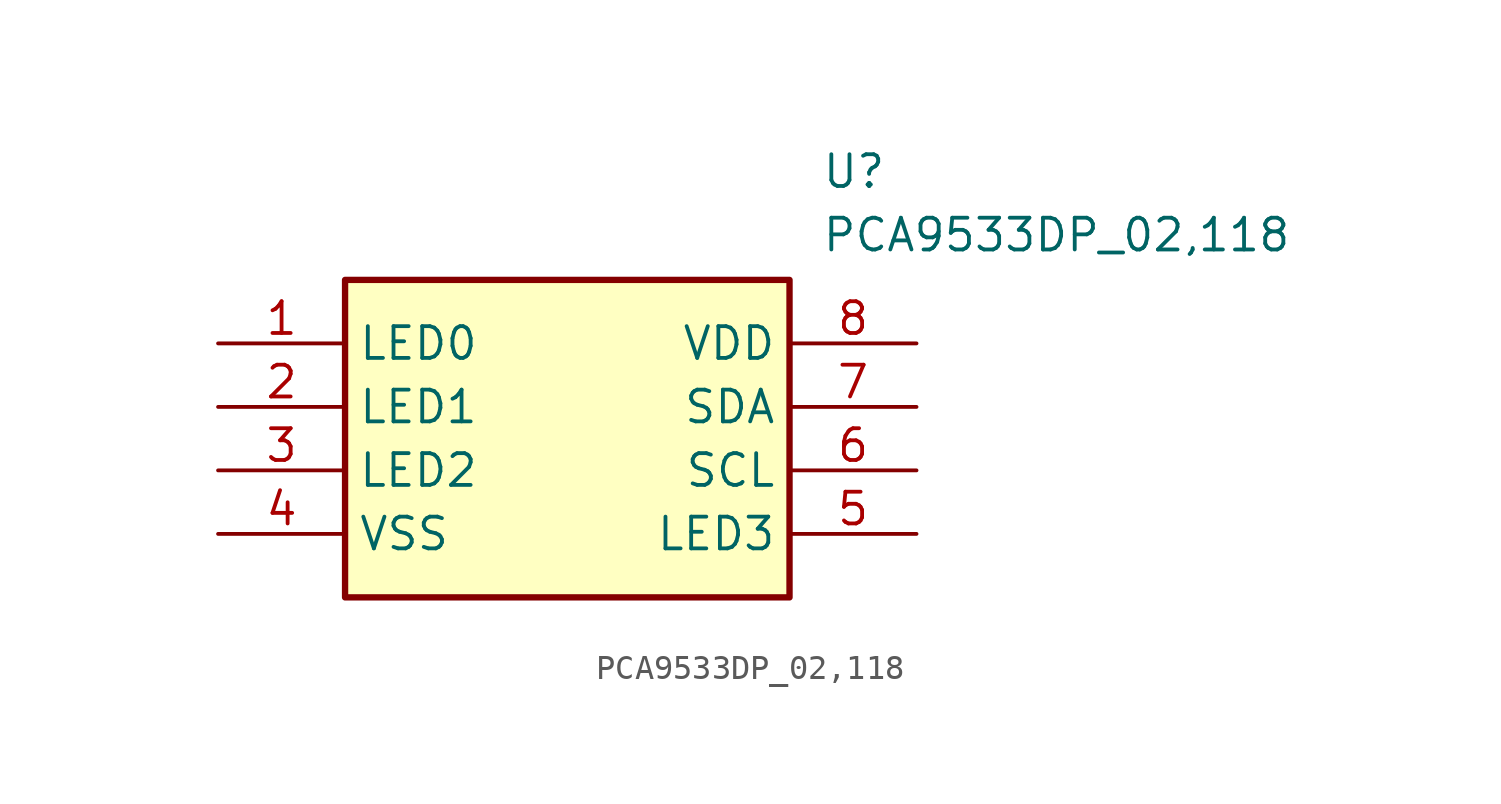
<source format=kicad_sym>
(kicad_symbol_lib
  (version 20220914)
  (generator SamacSys_ECAD_Model)
  (symbol "PCA9533DP_02,118"
    (property "Reference" "U"
      (at 24.13 7.62 0)
      (effects (font (size 1.27 1.27)) (justify left top)))
    (property "Value" "PCA9533DP_02,118"
      (at 24.13 5.08 0)
      (effects (font (size 1.27 1.27)) (justify left top)))
    (rectangle
      (start 5.08 2.54)
      (end 22.86 -10.16)
      (stroke (width 0.254) (type default))
      (fill (type background)))
    (pin output line
      (at 0 0 0)
      (length 5.08)
      (name "LED0" (effects (font (size 1.27 1.27))))
      (number "1" (effects (font (size 1.27 1.27)))))
    (pin output line
      (at 0 -2.54 0)
      (length 5.08)
      (name "LED1" (effects (font (size 1.27 1.27))))
      (number "2" (effects (font (size 1.27 1.27)))))
    (pin output line
      (at 0 -5.08 0)
      (length 5.08)
      (name "LED2" (effects (font (size 1.27 1.27))))
      (number "3" (effects (font (size 1.27 1.27)))))
    (pin power_in line
      (at 0 -7.62 0)
      (length 5.08)
      (name "VSS" (effects (font (size 1.27 1.27))))
      (number "4" (effects (font (size 1.27 1.27)))))
    (pin power_in line
      (at 27.94 0 180)
      (length 5.08)
      (name "VDD" (effects (font (size 1.27 1.27))))
      (number "8" (effects (font (size 1.27 1.27)))))
    (pin bidirectional line
      (at 27.94 -2.54 180)
      (length 5.08)
      (name "SDA" (effects (font (size 1.27 1.27))))
      (number "7" (effects (font (size 1.27 1.27)))))
    (pin bidirectional line
      (at 27.94 -5.08 180)
      (length 5.08)
      (name "SCL" (effects (font (size 1.27 1.27))))
      (number "6" (effects (font (size 1.27 1.27)))))
    (pin output line
      (at 27.94 -7.62 180)
      (length 5.08)
      (name "LED3" (effects (font (size 1.27 1.27))))
      (number "5" (effects (font (size 1.27 1.27)))))))
</source>
